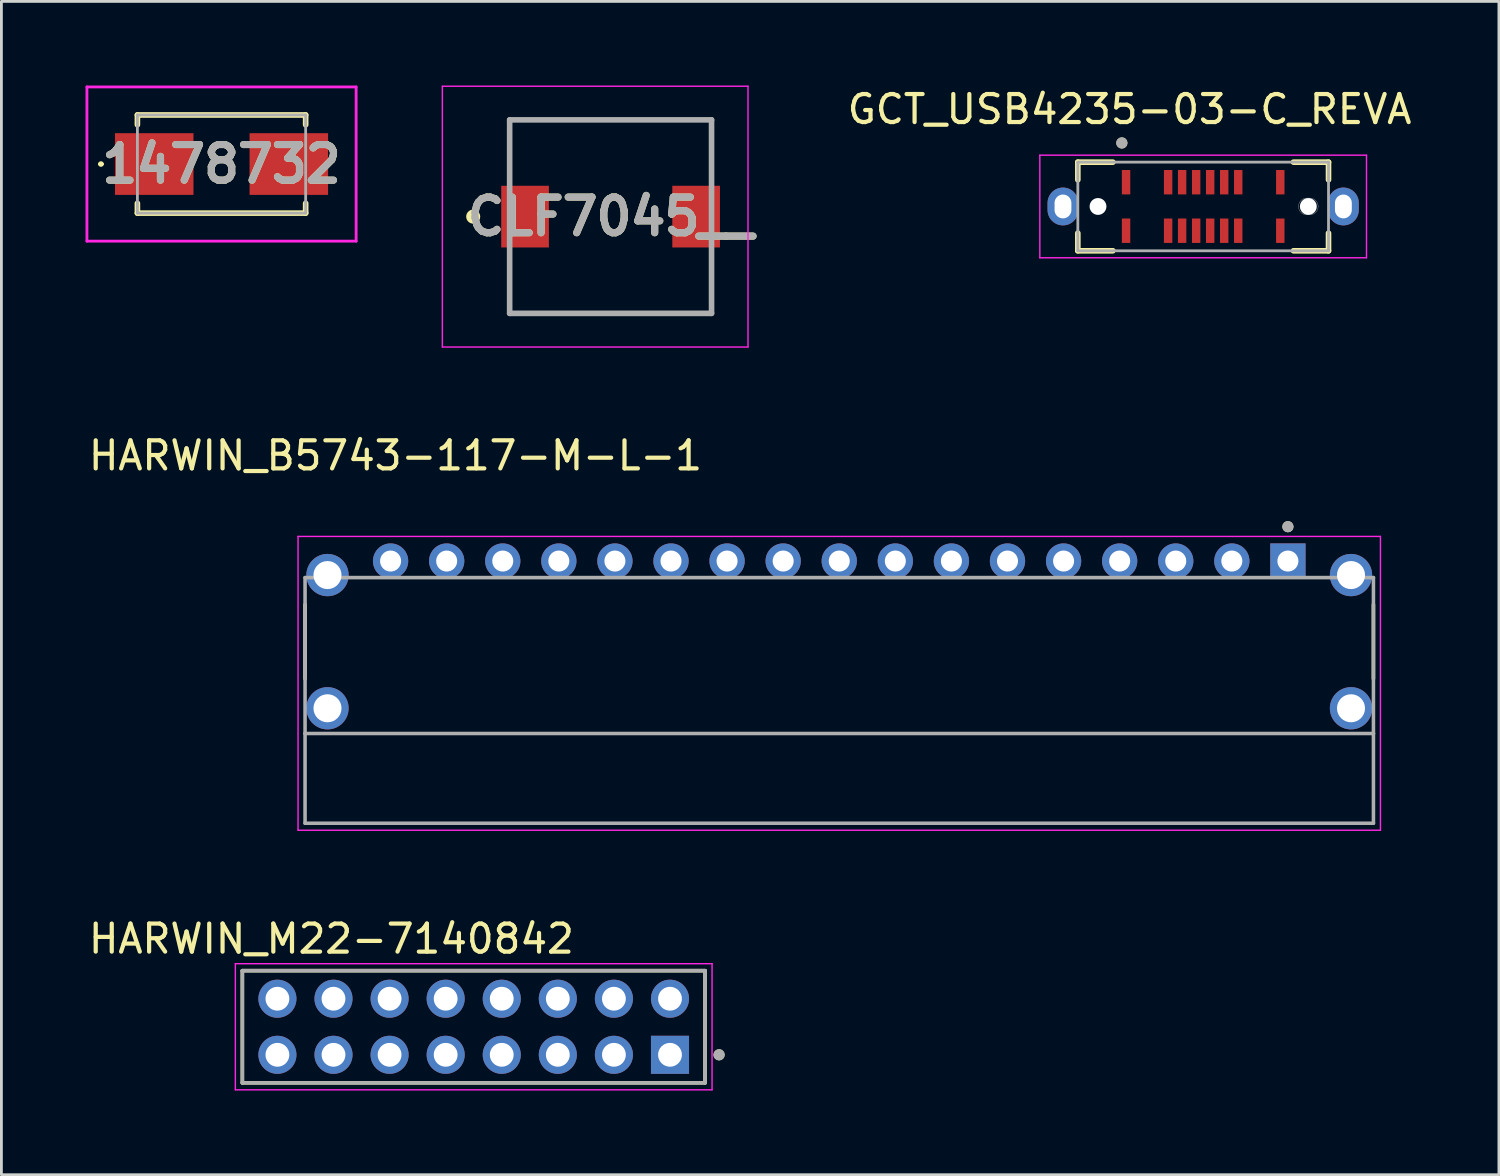
<source format=kicad_pcb>
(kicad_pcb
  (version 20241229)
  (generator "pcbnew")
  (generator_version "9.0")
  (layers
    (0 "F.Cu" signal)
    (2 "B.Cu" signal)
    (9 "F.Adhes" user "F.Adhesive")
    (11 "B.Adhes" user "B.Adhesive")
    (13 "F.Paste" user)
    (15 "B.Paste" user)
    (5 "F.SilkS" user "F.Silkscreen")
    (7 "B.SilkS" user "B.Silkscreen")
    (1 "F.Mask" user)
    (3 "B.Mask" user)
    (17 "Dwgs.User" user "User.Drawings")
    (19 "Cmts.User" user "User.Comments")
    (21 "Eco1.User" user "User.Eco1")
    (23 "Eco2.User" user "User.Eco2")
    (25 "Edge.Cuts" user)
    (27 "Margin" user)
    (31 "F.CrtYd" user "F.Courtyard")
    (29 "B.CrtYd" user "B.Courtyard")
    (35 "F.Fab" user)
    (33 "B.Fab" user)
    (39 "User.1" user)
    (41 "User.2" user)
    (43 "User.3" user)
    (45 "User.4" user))
  (footprint "HARWIN_B5743-117-M-L-1"
    (layer "F.Cu")
    (at 26.879 19.833)
    (property "Reference" "HARWIN_B5743-117-M-L-1" (at -15.825 -6.635 0) (layer "F.SilkS") (effects (font (size 1 1) (thickness 0.15))))
    (attr through_hole)
    (fp_line (start -19.05 -1.325) (end -19.05 1.325) (stroke (width 0.127) (type solid)) (layer "F.SilkS"))
    (fp_line (start 19.05 -1.325) (end 19.05 1.325) (stroke (width 0.127) (type solid)) (layer "F.SilkS"))
    (fp_circle (center 16 -4.1) (end 16.1 -4.1) (stroke (width 0.2) (type solid)) (fill no) (layer "F.SilkS"))
    (fp_line (start -19.3 -3.754) (end 19.3 -3.754) (stroke (width 0.05) (type solid)) (layer "F.CrtYd"))
    (fp_line (start -19.3 6.725) (end -19.3 -3.754) (stroke (width 0.05) (type solid)) (layer "F.CrtYd"))
    (fp_line (start 19.3 -3.754) (end 19.3 6.725) (stroke (width 0.05) (type solid)) (layer "F.CrtYd"))
    (fp_line (start 19.3 6.725) (end -19.3 6.725) (stroke (width 0.05) (type solid)) (layer "F.CrtYd"))
    (fp_line (start -19.05 -2.285) (end -19.05 3.275) (stroke (width 0.127) (type solid)) (layer "F.Fab"))
    (fp_line (start -19.05 -2.285) (end 19.05 -2.285) (stroke (width 0.127) (type solid)) (layer "F.Fab"))
    (fp_line (start -19.05 3.275) (end -19.05 6.475) (stroke (width 0.127) (type solid)) (layer "F.Fab"))
    (fp_line (start -19.05 3.275) (end 19.05 3.275) (stroke (width 0.127) (type solid)) (layer "F.Fab"))
    (fp_line (start -19.05 6.475) (end 19.05 6.475) (stroke (width 0.127) (type solid)) (layer "F.Fab"))
    (fp_line (start 19.05 -2.285) (end 19.05 3.275) (stroke (width 0.127) (type solid)) (layer "F.Fab"))
    (fp_line (start 19.05 3.275) (end 19.05 6.475) (stroke (width 0.127) (type solid)) (layer "F.Fab"))
    (fp_circle (center 16 -4.1) (end 16.1 -4.1) (stroke (width 0.2) (type solid)) (fill no) (layer "F.Fab"))
    (pad "1" thru_hole rect (at 16 -2.875) (size 1.258 1.258) (drill 0.75) (layers "*.Cu" "*.Mask"))
    (pad "2" thru_hole circle (at 14 -2.875) (size 1.258 1.258) (drill 0.75) (layers "*.Cu" "*.Mask"))
    (pad "3" thru_hole circle (at 12 -2.875) (size 1.258 1.258) (drill 0.75) (layers "*.Cu" "*.Mask"))
    (pad "4" thru_hole circle (at 10 -2.875) (size 1.258 1.258) (drill 0.75) (layers "*.Cu" "*.Mask"))
    (pad "5" thru_hole circle (at 8 -2.875) (size 1.258 1.258) (drill 0.75) (layers "*.Cu" "*.Mask"))
    (pad "6" thru_hole circle (at 6 -2.875) (size 1.258 1.258) (drill 0.75) (layers "*.Cu" "*.Mask"))
    (pad "7" thru_hole circle (at 4 -2.875) (size 1.258 1.258) (drill 0.75) (layers "*.Cu" "*.Mask"))
    (pad "8" thru_hole circle (at 2 -2.875) (size 1.258 1.258) (drill 0.75) (layers "*.Cu" "*.Mask"))
    (pad "9" thru_hole circle (at 0 -2.875) (size 1.258 1.258) (drill 0.75) (layers "*.Cu" "*.Mask"))
    (pad "10" thru_hole circle (at -2 -2.875) (size 1.258 1.258) (drill 0.75) (layers "*.Cu" "*.Mask"))
    (pad "11" thru_hole circle (at -4 -2.875) (size 1.258 1.258) (drill 0.75) (layers "*.Cu" "*.Mask"))
    (pad "12" thru_hole circle (at -6 -2.875) (size 1.258 1.258) (drill 0.75) (layers "*.Cu" "*.Mask"))
    (pad "13" thru_hole circle (at -8 -2.875) (size 1.258 1.258) (drill 0.75) (layers "*.Cu" "*.Mask"))
    (pad "14" thru_hole circle (at -10 -2.875) (size 1.258 1.258) (drill 0.75) (layers "*.Cu" "*.Mask"))
    (pad "15" thru_hole circle (at -12 -2.875) (size 1.258 1.258) (drill 0.75) (layers "*.Cu" "*.Mask"))
    (pad "16" thru_hole circle (at -14 -2.875) (size 1.258 1.258) (drill 0.75) (layers "*.Cu" "*.Mask"))
    (pad "17" thru_hole circle (at -16 -2.875) (size 1.258 1.258) (drill 0.75) (layers "*.Cu" "*.Mask"))
    (pad "SH1" thru_hole circle (at -18.25 2.375) (size 1.508 1.508) (drill 1) (layers "*.Cu" "*.Mask"))
    (pad "SH2" thru_hole circle (at 18.25 2.375) (size 1.508 1.508) (drill 1) (layers "*.Cu" "*.Mask"))
    (pad "SH3" thru_hole circle (at 18.25 -2.375) (size 1.508 1.508) (drill 1) (layers "*.Cu" "*.Mask"))
    (pad "SH4" thru_hole circle (at -18.25 -2.375) (size 1.508 1.508) (drill 1) (layers "*.Cu" "*.Mask")))
  (footprint "CLF7045__"
    (layer "F.Cu")
    (at 18.725 4.675)
    (property "Reference" "CLF7045__" (at 0 0 0) (layer "F.SilkS") (effects (font (size 1.27 1.27) (thickness 0.254))))
    (attr smd)
    (fp_line (start -3.6 -3.45) (end 3.6 -3.45) (stroke (width 0.1) (type solid)) (layer "F.SilkS"))
    (fp_line (start 3.6 3.45) (end -3.6 3.45) (stroke (width 0.1) (type solid)) (layer "F.SilkS"))
    (fp_circle (center -4.9 0) (end -4.9 0.05) (stroke (width 0.2) (type solid)) (fill no) (layer "F.SilkS"))
    (fp_line (start -6 -4.65) (end 4.9 -4.65) (stroke (width 0.05) (type solid)) (layer "F.CrtYd"))
    (fp_line (start -6 4.65) (end -6 -4.65) (stroke (width 0.05) (type solid)) (layer "F.CrtYd"))
    (fp_line (start 4.9 -4.65) (end 4.9 4.65) (stroke (width 0.05) (type solid)) (layer "F.CrtYd"))
    (fp_line (start 4.9 4.65) (end -6 4.65) (stroke (width 0.05) (type solid)) (layer "F.CrtYd"))
    (fp_line (start -3.6 -3.45) (end 3.6 -3.45) (stroke (width 0.2) (type solid)) (layer "F.Fab"))
    (fp_line (start -3.6 3.45) (end -3.6 -3.45) (stroke (width 0.2) (type solid)) (layer "F.Fab"))
    (fp_line (start 3.6 -3.45) (end 3.6 3.45) (stroke (width 0.2) (type solid)) (layer "F.Fab"))
    (fp_line (start 3.6 3.45) (end -3.6 3.45) (stroke (width 0.2) (type solid)) (layer "F.Fab"))
    (fp_text user "${REFERENCE}" (at 0 0 0) (layer "F.Fab") (effects (font (size 1.27 1.27) (thickness 0.254))))
    (pad "1" smd rect (at -3.05 0) (size 1.7 2.2) (layers "F.Cu" "F.Mask" "F.Paste"))
    (pad "2" smd rect (at 3.05 0) (size 1.7 2.2) (layers "F.Cu" "F.Mask" "F.Paste")))
  (footprint "HARWIN_M22-7140842"
    (layer "F.Cu")
    (at 13.843 33.566)
    (property "Reference" "HARWIN_M22-7140842" (at -5.075 -3.135 0) (layer "F.SilkS") (effects (font (size 1 1) (thickness 0.15))))
    (attr through_hole)
    (fp_line (start -8.25 -2) (end 8.25 -2) (stroke (width 0.127) (type solid)) (layer "F.SilkS"))
    (fp_line (start -8.25 2) (end -8.25 -2) (stroke (width 0.127) (type solid)) (layer "F.SilkS"))
    (fp_line (start 8.25 -2) (end 8.25 2) (stroke (width 0.127) (type solid)) (layer "F.SilkS"))
    (fp_line (start 8.25 2) (end -8.25 2) (stroke (width 0.127) (type solid)) (layer "F.SilkS"))
    (fp_circle (center 8.75 1) (end 8.85 1) (stroke (width 0.2) (type solid)) (fill no) (layer "F.SilkS"))
    (fp_line (start -8.5 -2.25) (end 8.5 -2.25) (stroke (width 0.05) (type solid)) (layer "F.CrtYd"))
    (fp_line (start -8.5 2.25) (end -8.5 -2.25) (stroke (width 0.05) (type solid)) (layer "F.CrtYd"))
    (fp_line (start 8.5 -2.25) (end 8.5 2.25) (stroke (width 0.05) (type solid)) (layer "F.CrtYd"))
    (fp_line (start 8.5 2.25) (end -8.5 2.25) (stroke (width 0.05) (type solid)) (layer "F.CrtYd"))
    (fp_line (start -8.25 -2) (end 8.25 -2) (stroke (width 0.127) (type solid)) (layer "F.Fab"))
    (fp_line (start -8.25 2) (end -8.25 -2) (stroke (width 0.127) (type solid)) (layer "F.Fab"))
    (fp_line (start 8.25 -2) (end 8.25 2) (stroke (width 0.127) (type solid)) (layer "F.Fab"))
    (fp_line (start 8.25 2) (end -8.25 2) (stroke (width 0.127) (type solid)) (layer "F.Fab"))
    (fp_circle (center 8.75 1) (end 8.85 1) (stroke (width 0.2) (type solid)) (fill no) (layer "F.Fab"))
    (pad "1" thru_hole rect (at 7 1) (size 1.358 1.358) (drill 0.85) (layers "*.Cu" "*.Mask"))
    (pad "2" thru_hole circle (at 7 -1) (size 1.358 1.358) (drill 0.85) (layers "*.Cu" "*.Mask"))
    (pad "3" thru_hole circle (at 5 1) (size 1.358 1.358) (drill 0.85) (layers "*.Cu" "*.Mask"))
    (pad "4" thru_hole circle (at 5 -1) (size 1.358 1.358) (drill 0.85) (layers "*.Cu" "*.Mask"))
    (pad "5" thru_hole circle (at 3 1) (size 1.358 1.358) (drill 0.85) (layers "*.Cu" "*.Mask"))
    (pad "6" thru_hole circle (at 3 -1) (size 1.358 1.358) (drill 0.85) (layers "*.Cu" "*.Mask"))
    (pad "7" thru_hole circle (at 1 1) (size 1.358 1.358) (drill 0.85) (layers "*.Cu" "*.Mask"))
    (pad "8" thru_hole circle (at 1 -1) (size 1.358 1.358) (drill 0.85) (layers "*.Cu" "*.Mask"))
    (pad "9" thru_hole circle (at -1 1) (size 1.358 1.358) (drill 0.85) (layers "*.Cu" "*.Mask"))
    (pad "10" thru_hole circle (at -1 -1) (size 1.358 1.358) (drill 0.85) (layers "*.Cu" "*.Mask"))
    (pad "11" thru_hole circle (at -3 1) (size 1.358 1.358) (drill 0.85) (layers "*.Cu" "*.Mask"))
    (pad "12" thru_hole circle (at -3 -1) (size 1.358 1.358) (drill 0.85) (layers "*.Cu" "*.Mask"))
    (pad "13" thru_hole circle (at -5 1) (size 1.358 1.358) (drill 0.85) (layers "*.Cu" "*.Mask"))
    (pad "14" thru_hole circle (at -5 -1) (size 1.358 1.358) (drill 0.85) (layers "*.Cu" "*.Mask"))
    (pad "15" thru_hole circle (at -7 1) (size 1.358 1.358) (drill 0.85) (layers "*.Cu" "*.Mask"))
    (pad "16" thru_hole circle (at -7 -1) (size 1.358 1.358) (drill 0.85) (layers "*.Cu" "*.Mask")))
  (footprint "1478732"
    (layer "F.Cu")
    (at 4.85 2.8)
    (property "Reference" "1478732" (at 0 0 0) (layer "F.SilkS") (effects (font (size 1.27 1.27) (thickness 0.254))))
    (attr smd)
    (fp_line (start -4.35 0) (end -4.35 0) (stroke (width 0.1) (type solid)) (layer "F.SilkS"))
    (fp_line (start -4.25 0) (end -4.25 0) (stroke (width 0.1) (type solid)) (layer "F.SilkS"))
    (fp_line (start -3 -1.75) (end 3 -1.75) (stroke (width 0.2) (type solid)) (layer "F.SilkS"))
    (fp_line (start -3 -1.4) (end -3 -1.75) (stroke (width 0.2) (type solid)) (layer "F.SilkS"))
    (fp_line (start -3 1.4) (end -3 1.75) (stroke (width 0.2) (type solid)) (layer "F.SilkS"))
    (fp_line (start -3 1.75) (end 3 1.75) (stroke (width 0.2) (type solid)) (layer "F.SilkS"))
    (fp_line (start 3 -1.75) (end 3 -1.4) (stroke (width 0.2) (type solid)) (layer "F.SilkS"))
    (fp_line (start 3 1.75) (end 3 1.4) (stroke (width 0.2) (type solid)) (layer "F.SilkS"))
    (fp_arc (start -4.35 0) (mid -4.3 -0.05) (end -4.25 0) (stroke (width 0.1) (type solid)) (layer "F.SilkS"))
    (fp_arc (start -4.25 0) (mid -4.3 0.05) (end -4.35 0) (stroke (width 0.1) (type solid)) (layer "F.SilkS"))
    (fp_line (start -4.8 -2.75) (end 4.8 -2.75) (stroke (width 0.1) (type solid)) (layer "F.CrtYd"))
    (fp_line (start -4.8 2.75) (end -4.8 -2.75) (stroke (width 0.1) (type solid)) (layer "F.CrtYd"))
    (fp_line (start 4.8 -2.75) (end 4.8 2.75) (stroke (width 0.1) (type solid)) (layer "F.CrtYd"))
    (fp_line (start 4.8 2.75) (end -4.8 2.75) (stroke (width 0.1) (type solid)) (layer "F.CrtYd"))
    (fp_line (start -3 -1.75) (end 3 -1.75) (stroke (width 0.1) (type solid)) (layer "F.Fab"))
    (fp_line (start -3 1.75) (end -3 -1.75) (stroke (width 0.1) (type solid)) (layer "F.Fab"))
    (fp_line (start 3 -1.75) (end 3 1.75) (stroke (width 0.1) (type solid)) (layer "F.Fab"))
    (fp_line (start 3 1.75) (end -3 1.75) (stroke (width 0.1) (type solid)) (layer "F.Fab"))
    (fp_text user "${REFERENCE}" (at 0 0 0) (layer "F.Fab") (effects (font (size 1.27 1.27) (thickness 0.254))))
    (pad "1" smd rect (at -2.4 0 90) (size 2.2 2.8) (layers "F.Cu" "F.Mask" "F.Paste"))
    (pad "2" smd rect (at 2.4 0 90) (size 2.2 2.8) (layers "F.Cu" "F.Mask" "F.Paste")))
  (footprint "GCT_USB4235-03-C_REVA"
    (layer "F.Cu")
    (at 39.857 4.313)
    (property "Reference" "GCT_USB4235-03-C_REVA" (at -2.625 -3.465 0) (layer "F.SilkS") (effects (font (size 1 1) (thickness 0.15))))
    (attr smd)
    (fp_poly (pts (xy 3.3 0) (xy 3.301 -0.021) (xy 3.302 -0.042) (xy 3.305 -0.063) (xy 3.309 -0.083) (xy 3.314 -0.104) (xy 3.32 -0.124) (xy 3.327 -0.143) (xy 3.335 -0.163) (xy 3.344 -0.182) (xy 3.354 -0.2) (xy 3.365 -0.218) (xy 3.376 -0.235) (xy 3.389 -0.252) (xy 3.403 -0.268) (xy 3.417 -0.283) (xy 3.432 -0.297) (xy 3.448 -0.311) (xy 3.465 -0.324) (xy 3.482 -0.335) (xy 3.5 -0.346) (xy 3.518 -0.356) (xy 3.537 -0.365) (xy 3.557 -0.373) (xy 3.576 -0.38) (xy 3.596 -0.386) (xy 3.617 -0.391) (xy 3.637 -0.395) (xy 3.658 -0.398) (xy 3.679 -0.399) (xy 3.7 -0.4) (xy 3.75 -0.4) (xy 3.8 -0.4) (xy 3.821 -0.399) (xy 3.842 -0.398) (xy 3.863 -0.395) (xy 3.883 -0.391) (xy 3.904 -0.386) (xy 3.924 -0.38) (xy 3.943 -0.373) (xy 3.963 -0.365) (xy 3.982 -0.356) (xy 4 -0.346) (xy 4.018 -0.335) (xy 4.035 -0.324) (xy 4.052 -0.311) (xy 4.068 -0.297) (xy 4.083 -0.283) (xy 4.097 -0.268) (xy 4.111 -0.252) (xy 4.124 -0.235) (xy 4.135 -0.218) (xy 4.146 -0.2) (xy 4.156 -0.182) (xy 4.165 -0.163) (xy 4.173 -0.143) (xy 4.18 -0.124) (xy 4.186 -0.104) (xy 4.191 -0.083) (xy 4.195 -0.063) (xy 4.198 -0.042) (xy 4.199 -0.021) (xy 4.2 0) (xy 4.199 0.021) (xy 4.198 0.042) (xy 4.195 0.063) (xy 4.191 0.083) (xy 4.186 0.104) (xy 4.18 0.124) (xy 4.173 0.143) (xy 4.165 0.163) (xy 4.156 0.182) (xy 4.146 0.2) (xy 4.135 0.218) (xy 4.124 0.235) (xy 4.111 0.252) (xy 4.097 0.268) (xy 4.083 0.283) (xy 4.068 0.297) (xy 4.052 0.311) (xy 4.035 0.324) (xy 4.018 0.335) (xy 4 0.346) (xy 3.982 0.356) (xy 3.963 0.365) (xy 3.943 0.373) (xy 3.924 0.38) (xy 3.904 0.386) (xy 3.883 0.391) (xy 3.863 0.395) (xy 3.842 0.398) (xy 3.821 0.399) (xy 3.8 0.4) (xy 3.75 0.4) (xy 3.7 0.4) (xy 3.679 0.399) (xy 3.658 0.398) (xy 3.637 0.395) (xy 3.617 0.391) (xy 3.596 0.386) (xy 3.576 0.38) (xy 3.557 0.373) (xy 3.537 0.365) (xy 3.518 0.356) (xy 3.5 0.346) (xy 3.482 0.335) (xy 3.465 0.324) (xy 3.448 0.311) (xy 3.432 0.297) (xy 3.417 0.283) (xy 3.403 0.268) (xy 3.389 0.252) (xy 3.376 0.235) (xy 3.365 0.218) (xy 3.354 0.2) (xy 3.344 0.182) (xy 3.335 0.163) (xy 3.327 0.143) (xy 3.32 0.124) (xy 3.314 0.104) (xy 3.309 0.083) (xy 3.305 0.063) (xy 3.302 0.042) (xy 3.301 0.021) (xy 3.3 0)) (stroke (width 0.01) (type solid)) (fill yes) (layer "F.Mask"))
    (fp_poly (pts (xy 3.3 0) (xy 3.301 -0.021) (xy 3.302 -0.042) (xy 3.305 -0.063) (xy 3.309 -0.083) (xy 3.314 -0.104) (xy 3.32 -0.124) (xy 3.327 -0.143) (xy 3.335 -0.163) (xy 3.344 -0.182) (xy 3.354 -0.2) (xy 3.365 -0.218) (xy 3.376 -0.235) (xy 3.389 -0.252) (xy 3.403 -0.268) (xy 3.417 -0.283) (xy 3.432 -0.297) (xy 3.448 -0.311) (xy 3.465 -0.324) (xy 3.482 -0.335) (xy 3.5 -0.346) (xy 3.518 -0.356) (xy 3.537 -0.365) (xy 3.557 -0.373) (xy 3.576 -0.38) (xy 3.596 -0.386) (xy 3.617 -0.391) (xy 3.637 -0.395) (xy 3.658 -0.398) (xy 3.679 -0.399) (xy 3.7 -0.4) (xy 3.75 -0.4) (xy 3.8 -0.4) (xy 3.821 -0.399) (xy 3.842 -0.398) (xy 3.863 -0.395) (xy 3.883 -0.391) (xy 3.904 -0.386) (xy 3.924 -0.38) (xy 3.943 -0.373) (xy 3.963 -0.365) (xy 3.982 -0.356) (xy 4 -0.346) (xy 4.018 -0.335) (xy 4.035 -0.324) (xy 4.052 -0.311) (xy 4.068 -0.297) (xy 4.083 -0.283) (xy 4.097 -0.268) (xy 4.111 -0.252) (xy 4.124 -0.235) (xy 4.135 -0.218) (xy 4.146 -0.2) (xy 4.156 -0.182) (xy 4.165 -0.163) (xy 4.173 -0.143) (xy 4.18 -0.124) (xy 4.186 -0.104) (xy 4.191 -0.083) (xy 4.195 -0.063) (xy 4.198 -0.042) (xy 4.199 -0.021) (xy 4.2 0) (xy 4.199 0.021) (xy 4.198 0.042) (xy 4.195 0.063) (xy 4.191 0.083) (xy 4.186 0.104) (xy 4.18 0.124) (xy 4.173 0.143) (xy 4.165 0.163) (xy 4.156 0.182) (xy 4.146 0.2) (xy 4.135 0.218) (xy 4.124 0.235) (xy 4.111 0.252) (xy 4.097 0.268) (xy 4.083 0.283) (xy 4.068 0.297) (xy 4.052 0.311) (xy 4.035 0.324) (xy 4.018 0.335) (xy 4 0.346) (xy 3.982 0.356) (xy 3.963 0.365) (xy 3.943 0.373) (xy 3.924 0.38) (xy 3.904 0.386) (xy 3.883 0.391) (xy 3.863 0.395) (xy 3.842 0.398) (xy 3.821 0.399) (xy 3.8 0.4) (xy 3.75 0.4) (xy 3.7 0.4) (xy 3.679 0.399) (xy 3.658 0.398) (xy 3.637 0.395) (xy 3.617 0.391) (xy 3.596 0.386) (xy 3.576 0.38) (xy 3.557 0.373) (xy 3.537 0.365) (xy 3.518 0.356) (xy 3.5 0.346) (xy 3.482 0.335) (xy 3.465 0.324) (xy 3.448 0.311) (xy 3.432 0.297) (xy 3.417 0.283) (xy 3.403 0.268) (xy 3.389 0.252) (xy 3.376 0.235) (xy 3.365 0.218) (xy 3.354 0.2) (xy 3.344 0.182) (xy 3.335 0.163) (xy 3.327 0.143) (xy 3.32 0.124) (xy 3.314 0.104) (xy 3.309 0.083) (xy 3.305 0.063) (xy 3.302 0.042) (xy 3.301 0.021) (xy 3.3 0)) (stroke (width 0.01) (type solid)) (fill yes) (layer "B.Mask"))
    (fp_line (start -4.47 -1.58) (end -4.47 -0.95) (stroke (width 0.2) (type solid)) (layer "F.SilkS"))
    (fp_line (start -4.47 1.58) (end -4.47 0.95) (stroke (width 0.2) (type solid)) (layer "F.SilkS"))
    (fp_line (start -4.47 1.58) (end -3.22 1.58) (stroke (width 0.2) (type solid)) (layer "F.SilkS"))
    (fp_line (start -3.22 -1.58) (end -4.47 -1.58) (stroke (width 0.2) (type solid)) (layer "F.SilkS"))
    (fp_line (start 3.22 1.58) (end 4.47 1.58) (stroke (width 0.2) (type solid)) (layer "F.SilkS"))
    (fp_line (start 4.47 -1.58) (end 3.22 -1.58) (stroke (width 0.2) (type solid)) (layer "F.SilkS"))
    (fp_line (start 4.47 -0.95) (end 4.47 -1.58) (stroke (width 0.2) (type solid)) (layer "F.SilkS"))
    (fp_line (start 4.47 1.58) (end 4.47 0.95) (stroke (width 0.2) (type solid)) (layer "F.SilkS"))
    (fp_circle (center -2.9 -2.265) (end -2.8 -2.265) (stroke (width 0.2) (type solid)) (fill no) (layer "F.SilkS"))
    (fp_line (start 3.7 -0.3) (end 3.8 -0.3) (stroke (width 0.01) (type solid)) (layer "Edge.Cuts"))
    (fp_line (start 3.8 0.3) (end 3.7 0.3) (stroke (width 0.01) (type solid)) (layer "Edge.Cuts"))
    (fp_arc (start 3.4 0) (mid 3.487868 -0.212132) (end 3.7 -0.3) (stroke (width 0.01) (type solid)) (layer "Edge.Cuts"))
    (fp_arc (start 3.7 0.3) (mid 3.487868 0.212132) (end 3.4 0) (stroke (width 0.01) (type solid)) (layer "Edge.Cuts"))
    (fp_arc (start 3.8 -0.3) (mid 4.012132 -0.212132) (end 4.1 0) (stroke (width 0.01) (type solid)) (layer "Edge.Cuts"))
    (fp_arc (start 4.1 0) (mid 4.012132 0.212132) (end 3.8 0.3) (stroke (width 0.01) (type solid)) (layer "Edge.Cuts"))
    (fp_line (start -5.825 -1.83) (end -5.825 1.83) (stroke (width 0.05) (type solid)) (layer "F.CrtYd"))
    (fp_line (start -5.825 1.83) (end 5.825 1.83) (stroke (width 0.05) (type solid)) (layer "F.CrtYd"))
    (fp_line (start 5.825 -1.83) (end -5.825 -1.83) (stroke (width 0.05) (type solid)) (layer "F.CrtYd"))
    (fp_line (start 5.825 1.83) (end 5.825 -1.83) (stroke (width 0.05) (type solid)) (layer "F.CrtYd"))
    (fp_line (start -4.47 -1.58) (end -4.47 1.58) (stroke (width 0.1) (type solid)) (layer "F.Fab"))
    (fp_line (start -4.47 1.58) (end 4.47 1.58) (stroke (width 0.1) (type solid)) (layer "F.Fab"))
    (fp_line (start 4.47 -1.58) (end -4.47 -1.58) (stroke (width 0.1) (type solid)) (layer "F.Fab"))
    (fp_line (start 4.47 1.58) (end 4.47 -1.58) (stroke (width 0.1) (type solid)) (layer "F.Fab"))
    (fp_circle (center -2.9 -2.265) (end -2.8 -2.265) (stroke (width 0.2) (type solid)) (fill no) (layer "F.Fab"))
    (pad "" np_thru_hole circle (at -3.75 0) (size 0.6 0.6) (drill 0.6) (layers "*.Cu" "*.Mask"))
    (pad "" np_thru_hole circle (at 3.75 0) (size 0.6 0.6) (drill 0.6) (layers "*.Cu" "*.Mask"))
    (pad "A1" smd rect (at -2.75 -0.865) (size 0.3 0.87) (layers "F.Cu" "F.Mask" "F.Paste"))
    (pad "A4" smd rect (at -1.25 -0.865) (size 0.3 0.87) (layers "F.Cu" "F.Mask" "F.Paste"))
    (pad "A5" smd rect (at -0.75 -0.865) (size 0.3 0.87) (layers "F.Cu" "F.Mask" "F.Paste"))
    (pad "A6" smd rect (at -0.25 -0.865) (size 0.3 0.87) (layers "F.Cu" "F.Mask" "F.Paste"))
    (pad "A7" smd rect (at 0.25 -0.865) (size 0.3 0.87) (layers "F.Cu" "F.Mask" "F.Paste"))
    (pad "A8" smd rect (at 0.75 -0.865) (size 0.3 0.87) (layers "F.Cu" "F.Mask" "F.Paste"))
    (pad "A9" smd rect (at 1.25 -0.865) (size 0.3 0.87) (layers "F.Cu" "F.Mask" "F.Paste"))
    (pad "A12" smd rect (at 2.75 -0.865) (size 0.3 0.87) (layers "F.Cu" "F.Mask" "F.Paste"))
    (pad "B1" smd rect (at 2.75 0.865) (size 0.3 0.87) (layers "F.Cu" "F.Mask" "F.Paste"))
    (pad "B4" smd rect (at 1.25 0.865) (size 0.3 0.87) (layers "F.Cu" "F.Mask" "F.Paste"))
    (pad "B5" smd rect (at 0.75 0.865) (size 0.3 0.87) (layers "F.Cu" "F.Mask" "F.Paste"))
    (pad "B6" smd rect (at 0.25 0.865) (size 0.3 0.87) (layers "F.Cu" "F.Mask" "F.Paste"))
    (pad "B7" smd rect (at -0.25 0.865) (size 0.3 0.87) (layers "F.Cu" "F.Mask" "F.Paste"))
    (pad "B8" smd rect (at -0.75 0.865) (size 0.3 0.87) (layers "F.Cu" "F.Mask" "F.Paste"))
    (pad "B9" smd rect (at -1.25 0.865) (size 0.3 0.87) (layers "F.Cu" "F.Mask" "F.Paste"))
    (pad "B12" smd rect (at -2.75 0.865) (size 0.3 0.87) (layers "F.Cu" "F.Mask" "F.Paste"))
    (pad "SH1" thru_hole oval (at -5 0) (size 1.1 1.35) (drill oval 0.6 0.85) (layers "*.Cu" "*.Mask"))
    (pad "SH2" thru_hole oval (at 5 0) (size 1.1 1.35) (drill oval 0.6 0.85) (layers "*.Cu" "*.Mask")))
  (gr_rect
    (start -3 -3)
    (end 50.404 38.842)
    (stroke (width 0.1) (type default))
    (fill no)
    (layer "Edge.Cuts")))
</source>
